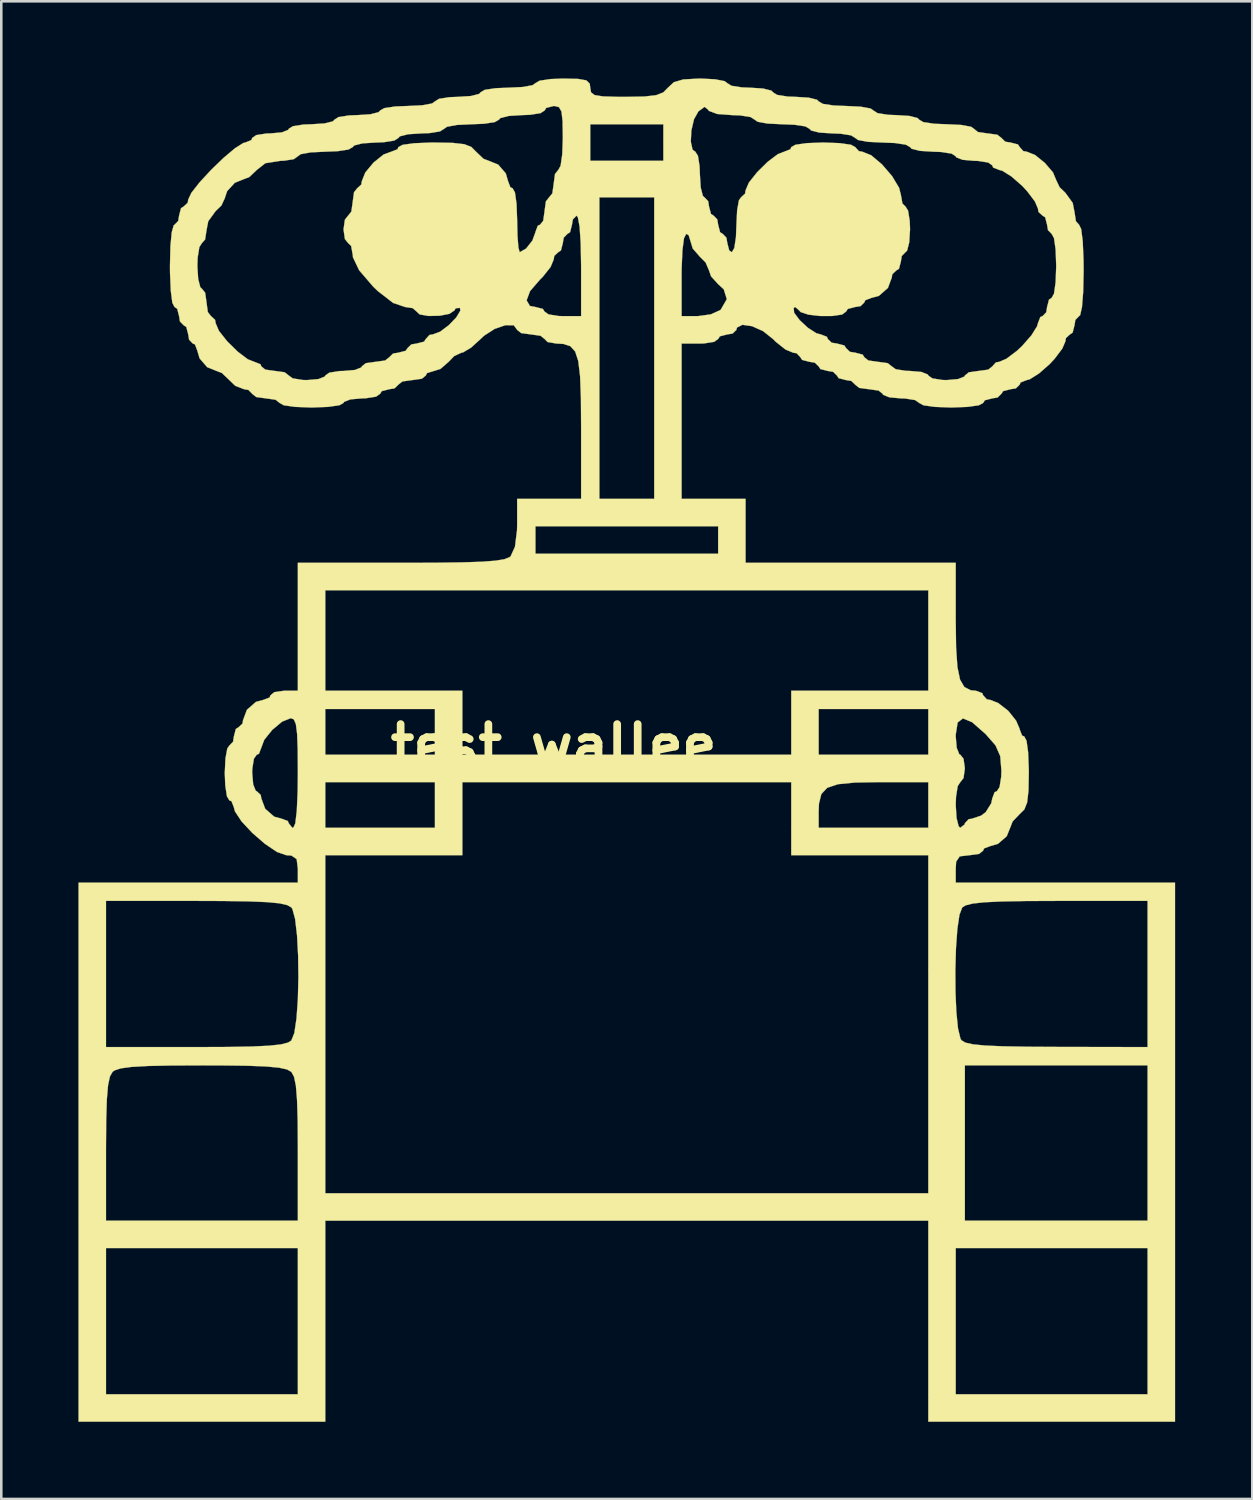
<source format=kicad_pcb>
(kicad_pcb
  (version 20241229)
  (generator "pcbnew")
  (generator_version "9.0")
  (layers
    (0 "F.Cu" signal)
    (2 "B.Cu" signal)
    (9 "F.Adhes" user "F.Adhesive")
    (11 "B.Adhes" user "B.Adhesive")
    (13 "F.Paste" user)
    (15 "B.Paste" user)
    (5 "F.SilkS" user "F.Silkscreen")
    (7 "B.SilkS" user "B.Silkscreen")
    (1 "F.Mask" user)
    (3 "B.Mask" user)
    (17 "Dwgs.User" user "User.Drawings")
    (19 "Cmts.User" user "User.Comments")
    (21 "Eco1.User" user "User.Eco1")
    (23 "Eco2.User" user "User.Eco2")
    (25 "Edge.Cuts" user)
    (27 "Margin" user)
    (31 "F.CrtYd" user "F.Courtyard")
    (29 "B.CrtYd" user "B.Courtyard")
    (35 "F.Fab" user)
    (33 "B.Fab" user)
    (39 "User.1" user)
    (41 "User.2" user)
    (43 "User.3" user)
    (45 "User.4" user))
  (footprint "test_wallee"
    (layer "F.Cu")
    (at 18.478 25.938)
    (property "Reference" "test_wallee" (at 0 0 0) (layer "F.SilkS") (effects (font (size 1.524 1.524) (thickness 0.3))))
    (attr through_hole)
    (fp_poly (pts (xy 6.275 -25.905) (xy 6.647 -25.833) (xy 6.75 -25.755) (xy 6.909 -25.654) (xy 7.318 -25.59) (xy 7.638 -25.578) (xy 8.144 -25.546) (xy 8.466 -25.464) (xy 8.526 -25.4) (xy 8.686 -25.299) (xy 9.094 -25.234) (xy 9.414 -25.222) (xy 9.921 -25.19) (xy 10.242 -25.109) (xy 10.302 -25.045) (xy 10.464 -24.95) (xy 10.887 -24.886) (xy 11.368 -24.867) (xy 11.936 -24.84) (xy 12.32 -24.77) (xy 12.434 -24.69) (xy 12.593 -24.588) (xy 13.002 -24.524) (xy 13.322 -24.512) (xy 13.828 -24.48) (xy 14.15 -24.398) (xy 14.21 -24.334) (xy 14.372 -24.24) (xy 14.794 -24.176) (xy 15.276 -24.157) (xy 15.843 -24.13) (xy 16.228 -24.059) (xy 16.341 -23.979) (xy 16.496 -23.854) (xy 16.867 -23.801) (xy 16.874 -23.801) (xy 17.248 -23.75) (xy 17.407 -23.626) (xy 17.407 -23.624) (xy 17.556 -23.479) (xy 17.762 -23.446) (xy 18.051 -23.372) (xy 18.117 -23.269) (xy 18.262 -23.112) (xy 18.392 -23.091) (xy 18.716 -22.962) (xy 19.097 -22.653) (xy 19.413 -22.284) (xy 19.538 -21.984) (xy 19.67 -21.707) (xy 19.894 -21.492) (xy 20.18 -21.098) (xy 20.249 -20.743) (xy 20.304 -20.386) (xy 20.427 -20.249) (xy 20.509 -20.08) (xy 20.569 -19.608) (xy 20.6 -18.883) (xy 20.604 -18.473) (xy 20.587 -17.648) (xy 20.54 -17.051) (xy 20.468 -16.734) (xy 20.427 -16.697) (xy 20.282 -16.548) (xy 20.249 -16.341) (xy 20.175 -16.053) (xy 20.071 -15.986) (xy 19.915 -15.842) (xy 19.894 -15.714) (xy 19.775 -15.435) (xy 19.475 -15.037) (xy 19.278 -14.826) (xy 18.864 -14.464) (xy 18.51 -14.242) (xy 18.39 -14.21) (xy 18.15 -14.116) (xy 18.117 -14.032) (xy 17.969 -13.888) (xy 17.762 -13.855) (xy 17.474 -13.78) (xy 17.407 -13.677) (xy 17.258 -13.533) (xy 17.052 -13.499) (xy 16.763 -13.425) (xy 16.697 -13.322) (xy 16.532 -13.231) (xy 16.092 -13.168) (xy 15.454 -13.144) (xy 15.453 -13.144) (xy 14.815 -13.168) (xy 14.375 -13.23) (xy 14.21 -13.322) (xy 14.21 -13.322) (xy 14.052 -13.433) (xy 13.659 -13.495) (xy 13.499 -13.499) (xy 13.054 -13.539) (xy 12.807 -13.637) (xy 12.789 -13.677) (xy 12.634 -13.802) (xy 12.263 -13.855) (xy 12.256 -13.855) (xy 11.882 -13.906) (xy 11.723 -14.03) (xy 11.723 -14.032) (xy 11.574 -14.176) (xy 11.368 -14.21) (xy 11.079 -14.284) (xy 11.013 -14.387) (xy 10.864 -14.532) (xy 10.657 -14.565) (xy 10.369 -14.639) (xy 10.302 -14.743) (xy 10.153 -14.887) (xy 9.947 -14.92) (xy 9.658 -14.995) (xy 9.592 -15.098) (xy 9.447 -15.253) (xy 9.308 -15.276) (xy 9.013 -15.398) (xy 8.632 -15.701) (xy 8.526 -15.808) (xy 8.14 -16.114) (xy 7.711 -16.306) (xy 7.339 -16.36) (xy 7.124 -16.251) (xy 7.105 -16.164) (xy 6.956 -16.019) (xy 6.75 -15.986) (xy 6.461 -15.912) (xy 6.394 -15.808) (xy 6.237 -15.697) (xy 5.843 -15.635) (xy 5.684 -15.631) (xy 4.973 -15.631) (xy 4.973 -9.592) (xy 7.46 -9.592) (xy 7.46 -7.105) (xy 15.631 -7.105) (xy 15.631 -4.872) (xy 15.645 -3.812) (xy 15.696 -3.059) (xy 15.799 -2.563) (xy 15.967 -2.276) (xy 16.214 -2.15) (xy 16.417 -2.131) (xy 16.662 -2.039) (xy 16.697 -1.954) (xy 16.841 -1.798) (xy 16.971 -1.776) (xy 17.276 -1.658) (xy 17.65 -1.371) (xy 17.682 -1.34) (xy 17.979 -0.968) (xy 18.116 -0.65) (xy 18.117 -0.63) (xy 18.211 -0.388) (xy 18.295 -0.355) (xy 18.384 -0.189) (xy 18.446 0.262) (xy 18.472 0.928) (xy 18.473 1.027) (xy 18.46 1.752) (xy 18.408 2.209) (xy 18.299 2.485) (xy 18.117 2.664) (xy 17.842 2.952) (xy 17.762 3.16) (xy 17.614 3.526) (xy 17.273 3.821) (xy 16.976 3.908) (xy 16.731 4) (xy 16.697 4.085) (xy 16.542 4.21) (xy 16.17 4.263) (xy 16.164 4.263) (xy 15.786 4.307) (xy 15.647 4.515) (xy 15.631 4.796) (xy 15.631 5.329) (xy 24.157 5.329) (xy 24.157 26.288) (xy 14.565 26.288) (xy 14.565 19.538) (xy 15.631 19.538) (xy 15.631 25.222) (xy 23.091 25.222) (xy 23.091 19.538) (xy 15.631 19.538) (xy 14.565 19.538) (xy 14.565 18.473) (xy -8.881 18.473) (xy -8.881 26.288) (xy -18.473 26.288) (xy -18.473 19.538) (xy -17.407 19.538) (xy -17.407 25.222) (xy -9.947 25.222) (xy -9.947 19.538) (xy -17.407 19.538) (xy -18.473 19.538) (xy -18.473 15.707) (xy -17.407 15.707) (xy -17.407 18.473) (xy -9.947 18.473) (xy -9.947 15.707) (xy -9.954 14.589) (xy -9.979 13.777) (xy -10.024 13.223) (xy -10.096 12.877) (xy -10.197 12.691) (xy -10.201 12.687) (xy -10.367 12.593) (xy -10.679 12.524) (xy -11.182 12.477) (xy -11.923 12.448) (xy -12.947 12.435) (xy -13.677 12.434) (xy -14.883 12.439) (xy -15.78 12.458) (xy -16.414 12.494) (xy -16.83 12.55) (xy -17.074 12.63) (xy -17.153 12.687) (xy -17.255 12.868) (xy -17.327 13.208) (xy -17.374 13.754) (xy -17.399 14.557) (xy -17.407 15.664) (xy -17.407 15.707) (xy -18.473 15.707) (xy -18.473 6.039) (xy -17.407 6.039) (xy -17.407 11.723) (xy -13.931 11.723) (xy -12.677 11.718) (xy -11.734 11.701) (xy -11.058 11.669) (xy -10.604 11.619) (xy -10.328 11.548) (xy -10.201 11.469) (xy -10.084 11.175) (xy -10 10.611) (xy -9.947 9.864) (xy -9.926 9.018) (xy -9.937 8.159) (xy -9.98 7.372) (xy -10.054 6.741) (xy -10.16 6.352) (xy -10.201 6.293) (xy -10.36 6.202) (xy -10.66 6.134) (xy -11.145 6.087) (xy -11.859 6.058) (xy -12.846 6.043) (xy -13.931 6.039) (xy -17.407 6.039) (xy -18.473 6.039) (xy -18.473 5.329) (xy -9.947 5.329) (xy -9.947 4.796) (xy -9.994 4.415) (xy -10.198 4.276) (xy -10.396 4.263) (xy -8.881 4.263) (xy -8.881 17.407) (xy 14.565 17.407) (xy 14.565 12.434) (xy 15.986 12.434) (xy 15.986 18.473) (xy 23.091 18.473) (xy 23.091 12.434) (xy 15.986 12.434) (xy 14.565 12.434) (xy 14.565 8.714) (xy 15.616 8.714) (xy 15.621 9.571) (xy 15.655 10.359) (xy 15.719 10.995) (xy 15.814 11.392) (xy 15.853 11.457) (xy 16 11.548) (xy 16.291 11.615) (xy 16.767 11.663) (xy 17.474 11.693) (xy 18.454 11.71) (xy 19.583 11.716) (xy 23.091 11.723) (xy 23.091 6.039) (xy 19.615 6.039) (xy 18.361 6.044) (xy 17.418 6.061) (xy 16.742 6.093) (xy 16.288 6.143) (xy 16.012 6.214) (xy 15.885 6.293) (xy 15.776 6.578) (xy 15.694 7.133) (xy 15.641 7.874) (xy 15.616 8.714) (xy 14.565 8.714) (xy 14.565 4.263) (xy 9.236 4.263) (xy 9.236 2.563) (xy 10.302 2.563) (xy 10.302 3.197) (xy 14.565 3.197) (xy 14.565 1.421) (xy 12.687 1.421) (xy 11.721 1.437) (xy 11.055 1.502) (xy 10.634 1.643) (xy 10.406 1.885) (xy 10.314 2.255) (xy 10.302 2.563) (xy 9.236 2.563) (xy 9.236 1.421) (xy -3.552 1.421) (xy -3.552 4.263) (xy -8.881 4.263) (xy -10.396 4.263) (xy -10.755 4.139) (xy -11.226 3.822) (xy -11.718 3.397) (xy -12.138 2.946) (xy -12.395 2.555) (xy -12.434 2.403) (xy -12.528 2.163) (xy -12.611 2.131) (xy -12.706 1.97) (xy -12.77 1.547) (xy -12.789 1.066) (xy -11.723 1.066) (xy -11.684 1.511) (xy -11.585 1.758) (xy -11.545 1.776) (xy -11.39 1.921) (xy -11.368 2.055) (xy -11.218 2.457) (xy -10.867 2.764) (xy -10.581 2.842) (xy -10.337 2.934) (xy -10.302 3.02) (xy -10.167 3.192) (xy -10.124 3.197) (xy -10.047 3.027) (xy -9.989 2.542) (xy -9.955 1.783) (xy -9.951 1.421) (xy -8.881 1.421) (xy -8.881 3.197) (xy -4.618 3.197) (xy -4.618 1.421) (xy -8.881 1.421) (xy -9.951 1.421) (xy -9.947 1.066) (xy -9.953 0.151) (xy -9.977 -0.465) (xy -10.025 -0.836) (xy -10.104 -1.018) (xy -10.221 -1.066) (xy -10.559 -0.931) (xy -10.945 -0.608) (xy -11.255 -0.222) (xy -11.368 0.081) (xy -11.461 0.322) (xy -11.545 0.355) (xy -11.657 0.513) (xy -11.719 0.906) (xy -11.723 1.066) (xy -12.789 1.066) (xy -12.762 0.498) (xy -12.691 0.113) (xy -12.611 0) (xy -12.467 -0.149) (xy -12.434 -0.355) (xy -12.359 -0.644) (xy -12.256 -0.71) (xy -12.1 -0.855) (xy -12.078 -0.99) (xy -11.928 -1.391) (xy -11.894 -1.421) (xy -8.881 -1.421) (xy -8.881 0.355) (xy -4.618 0.355) (xy -4.618 -1.421) (xy -8.881 -1.421) (xy -11.894 -1.421) (xy -11.577 -1.698) (xy -11.292 -1.776) (xy -11.047 -1.868) (xy -11.013 -1.954) (xy -10.858 -2.079) (xy -10.486 -2.131) (xy -10.48 -2.131) (xy -9.947 -2.131) (xy -9.947 -6.039) (xy -8.881 -6.039) (xy -8.881 -2.131) (xy -3.552 -2.131) (xy -3.552 0.355) (xy 9.236 0.355) (xy 9.236 -1.421) (xy 10.302 -1.421) (xy 10.302 0.355) (xy 14.565 0.355) (xy 14.565 -0.355) (xy 15.631 -0.355) (xy 15.67 0.09) (xy 15.769 0.337) (xy 15.808 0.355) (xy 15.933 0.51) (xy 15.986 0.881) (xy 15.986 0.888) (xy 15.935 1.262) (xy 15.811 1.421) (xy 15.808 1.421) (xy 15.707 1.581) (xy 15.643 1.989) (xy 15.631 2.309) (xy 15.663 2.816) (xy 15.744 3.137) (xy 15.808 3.197) (xy 15.981 3.062) (xy 15.986 3.02) (xy 16.131 2.864) (xy 16.265 2.842) (xy 16.619 2.724) (xy 16.798 2.588) (xy 17.012 2.244) (xy 17.052 2.055) (xy 17.144 1.811) (xy 17.229 1.776) (xy 17.335 1.617) (xy 17.399 1.215) (xy 17.407 0.971) (xy 17.362 0.412) (xy 17.178 -0.008) (xy 16.791 -0.45) (xy 16.27 -0.907) (xy 15.913 -1.056) (xy 15.706 -0.898) (xy 15.632 -0.431) (xy 15.631 -0.355) (xy 14.565 -0.355) (xy 14.565 -1.421) (xy 10.302 -1.421) (xy 9.236 -1.421) (xy 9.236 -2.131) (xy 14.565 -2.131) (xy 14.565 -6.039) (xy -8.881 -6.039) (xy -9.947 -6.039) (xy -9.947 -7.105) (xy -5.938 -7.105) (xy -4.588 -7.109) (xy -3.553 -7.123) (xy -2.79 -7.148) (xy -2.257 -7.189) (xy -1.914 -7.246) (xy -1.72 -7.323) (xy -1.675 -7.359) (xy -1.506 -7.729) (xy -1.426 -8.373) (xy -1.422 -8.526) (xy -0.71 -8.526) (xy -0.71 -7.46) (xy 6.394 -7.46) (xy 6.394 -8.526) (xy -0.71 -8.526) (xy -1.422 -8.526) (xy -1.421 -8.602) (xy -1.421 -9.592) (xy 1.066 -9.592) (xy 1.066 -12.357) (xy 1.058 -13.514) (xy 1.026 -14.362) (xy 0.956 -14.949) (xy 0.834 -15.322) (xy 0.646 -15.529) (xy 0.378 -15.616) (xy 0.101 -15.631) (xy -0.238 -15.69) (xy -0.355 -15.808) (xy -0.51 -15.933) (xy -0.881 -15.986) (xy -0.888 -15.986) (xy -1.262 -16.037) (xy -1.421 -16.161) (xy -1.421 -16.164) (xy -1.552 -16.34) (xy -1.877 -16.344) (xy -2.297 -16.2) (xy -2.71 -15.933) (xy -2.842 -15.808) (xy -3.213 -15.471) (xy -3.523 -15.287) (xy -3.584 -15.276) (xy -3.869 -15.144) (xy -4.085 -14.92) (xy -4.405 -14.643) (xy -4.657 -14.565) (xy -4.924 -14.482) (xy -4.973 -14.387) (xy -5.128 -14.263) (xy -5.5 -14.21) (xy -5.506 -14.21) (xy -5.88 -14.158) (xy -6.039 -14.034) (xy -6.039 -14.032) (xy -6.188 -13.888) (xy -6.394 -13.855) (xy -6.683 -13.78) (xy -6.75 -13.677) (xy -6.907 -13.566) (xy -7.301 -13.504) (xy -7.46 -13.499) (xy -7.905 -13.46) (xy -8.153 -13.361) (xy -8.171 -13.322) (xy -8.335 -13.231) (xy -8.775 -13.168) (xy -9.413 -13.144) (xy -9.414 -13.144) (xy -10.052 -13.168) (xy -10.493 -13.23) (xy -10.657 -13.322) (xy -10.657 -13.322) (xy -10.812 -13.446) (xy -11.184 -13.499) (xy -11.19 -13.499) (xy -11.564 -13.551) (xy -11.723 -13.675) (xy -11.723 -13.677) (xy -11.87 -13.827) (xy -12.039 -13.855) (xy -12.383 -13.989) (xy -12.611 -14.21) (xy -12.899 -14.485) (xy -13.107 -14.565) (xy -13.473 -14.713) (xy -13.768 -15.054) (xy -13.855 -15.352) (xy -13.947 -15.596) (xy -14.032 -15.631) (xy -14.176 -15.78) (xy -14.21 -15.986) (xy -14.284 -16.275) (xy -14.387 -16.341) (xy -14.532 -16.49) (xy -14.565 -16.697) (xy -14.639 -16.985) (xy -14.743 -17.052) (xy -14.828 -17.219) (xy -14.888 -17.684) (xy -14.918 -18.386) (xy -14.92 -18.65) (xy -13.855 -18.65) (xy -13.823 -18.144) (xy -13.741 -17.822) (xy -13.677 -17.762) (xy -13.552 -17.608) (xy -13.499 -17.236) (xy -13.499 -17.229) (xy -13.448 -16.855) (xy -13.324 -16.697) (xy -13.322 -16.697) (xy -13.165 -16.552) (xy -13.144 -16.424) (xy -13.015 -16.122) (xy -12.696 -15.719) (xy -12.287 -15.317) (xy -11.892 -15.018) (xy -11.64 -14.92) (xy -11.4 -14.826) (xy -11.368 -14.743) (xy -11.213 -14.618) (xy -10.842 -14.565) (xy -10.835 -14.565) (xy -10.461 -14.514) (xy -10.302 -14.39) (xy -10.302 -14.387) (xy -10.145 -14.276) (xy -9.751 -14.214) (xy -9.592 -14.21) (xy -9.147 -14.249) (xy -8.899 -14.348) (xy -8.881 -14.387) (xy -8.724 -14.499) (xy -8.33 -14.561) (xy -8.171 -14.565) (xy -7.726 -14.604) (xy -7.478 -14.703) (xy -7.46 -14.743) (xy -7.306 -14.867) (xy -6.934 -14.92) (xy -6.927 -14.92) (xy -6.553 -14.972) (xy -6.394 -15.096) (xy -6.394 -15.098) (xy -6.246 -15.242) (xy -6.039 -15.276) (xy -5.751 -15.35) (xy -5.684 -15.453) (xy -5.535 -15.597) (xy -5.329 -15.631) (xy -5.04 -15.705) (xy -4.973 -15.808) (xy -4.829 -15.965) (xy -4.699 -15.986) (xy -4.416 -16.091) (xy -4.079 -16.344) (xy -3.785 -16.65) (xy -3.629 -16.914) (xy -3.647 -17.018) (xy -3.811 -17.002) (xy -3.858 -16.919) (xy -4.055 -16.785) (xy -4.437 -16.712) (xy -4.868 -16.703) (xy -5.21 -16.762) (xy -5.329 -16.874) (xy -5.481 -17.007) (xy -5.777 -17.052) (xy -6.242 -17.209) (xy -6.372 -17.31) (xy -1.053 -17.31) (xy -0.925 -17.093) (xy -0.71 -17.052) (xy -0.422 -16.977) (xy -0.355 -16.874) (xy -0.198 -16.763) (xy 0.196 -16.701) (xy 0.355 -16.697) (xy 1.066 -16.697) (xy 1.066 -18.65) (xy 1.05 -19.532) (xy 1.007 -20.177) (xy 0.939 -20.54) (xy 0.888 -20.604) (xy 0.744 -20.455) (xy 0.71 -20.249) (xy 0.636 -19.96) (xy 0.533 -19.894) (xy 0.389 -19.745) (xy 0.355 -19.538) (xy 0.281 -19.25) (xy 0.178 -19.183) (xy 0.023 -19.038) (xy 0 -18.899) (xy -0.122 -18.605) (xy -0.426 -18.223) (xy -0.533 -18.117) (xy -0.92 -17.669) (xy -1.053 -17.31) (xy -6.372 -17.31) (xy -6.842 -17.674) (xy -7.021 -17.846) (xy -7.564 -18.479) (xy -7.804 -18.981) (xy -7.815 -19.09) (xy -7.876 -19.426) (xy -7.993 -19.538) (xy -8.118 -19.693) (xy -8.171 -20.065) (xy -8.171 -20.071) (xy -8.119 -20.445) (xy -7.995 -20.604) (xy -7.993 -20.604) (xy -7.868 -20.759) (xy -7.815 -21.13) (xy -7.815 -21.137) (xy -7.764 -21.511) (xy -7.64 -21.67) (xy -7.638 -21.67) (xy -7.481 -21.814) (xy -7.46 -21.944) (xy -7.325 -22.282) (xy -7.003 -22.668) (xy -6.616 -22.979) (xy -6.314 -23.091) (xy -6.072 -23.184) (xy -6.039 -23.269) (xy -5.873 -23.357) (xy -5.422 -23.419) (xy -4.756 -23.446) (xy -4.657 -23.446) (xy -3.932 -23.433) (xy -3.475 -23.381) (xy -3.199 -23.272) (xy -3.02 -23.091) (xy -2.732 -22.815) (xy -2.524 -22.736) (xy -2.158 -22.588) (xy -1.863 -22.247) (xy -1.776 -21.949) (xy -1.684 -21.705) (xy -1.599 -21.67) (xy -1.507 -21.506) (xy -1.445 -21.065) (xy -1.421 -20.428) (xy -1.421 -20.427) (xy -1.408 -19.814) (xy -1.373 -19.37) (xy -1.324 -19.184) (xy -1.319 -19.183) (xy -1.074 -19.323) (xy -0.829 -19.634) (xy -0.711 -19.956) (xy -0.71 -19.97) (xy -0.618 -20.214) (xy -0.533 -20.249) (xy -0.408 -20.403) (xy -0.355 -20.775) (xy -0.355 -20.782) (xy -0.304 -21.156) (xy -0.18 -21.315) (xy -0.178 -21.315) (xy 1.776 -21.315) (xy 1.776 -9.592) (xy 3.908 -9.592) (xy 3.908 -18.295) (xy 4.973 -18.295) (xy 4.973 -16.697) (xy 5.608 -16.697) (xy 6.107 -16.765) (xy 6.474 -16.93) (xy 6.496 -16.95) (xy 6.731 -17.355) (xy 6.613 -17.739) (xy 6.394 -17.94) (xy 6.118 -18.243) (xy 6.039 -18.473) (xy 5.906 -18.784) (xy 5.684 -19.006) (xy 5.406 -19.325) (xy 5.329 -19.578) (xy 5.246 -19.844) (xy 5.151 -19.894) (xy 5.066 -19.726) (xy 5.005 -19.262) (xy 4.975 -18.56) (xy 4.973 -18.295) (xy 3.908 -18.295) (xy 3.908 -21.315) (xy 1.776 -21.315) (xy -0.178 -21.315) (xy -0.053 -21.469) (xy -0.000013 -21.841) (xy 0 -21.848) (xy 0.051 -22.222) (xy 0.175 -22.38) (xy 0.178 -22.38) (xy 0.269 -22.545) (xy 0.332 -22.985) (xy 0.355 -23.623) (xy 0.355 -23.624) (xy 0.347 -24.157) (xy 1.421 -24.157) (xy 1.421 -22.736) (xy 4.263 -22.736) (xy 4.263 -23.476) (xy 5.331 -23.476) (xy 5.4 -23.166) (xy 5.506 -23.091) (xy 5.608 -22.931) (xy 5.672 -22.523) (xy 5.684 -22.203) (xy 5.716 -21.696) (xy 5.798 -21.375) (xy 5.862 -21.315) (xy 6.006 -21.166) (xy 6.039 -20.959) (xy 6.114 -20.671) (xy 6.217 -20.604) (xy 6.361 -20.455) (xy 6.394 -20.249) (xy 6.469 -19.96) (xy 6.572 -19.894) (xy 6.716 -19.745) (xy 6.75 -19.538) (xy 6.824 -19.25) (xy 6.927 -19.183) (xy 7.022 -19.345) (xy 7.086 -19.768) (xy 7.105 -20.249) (xy 7.132 -20.817) (xy 7.202 -21.201) (xy 7.283 -21.315) (xy 7.439 -21.459) (xy 7.46 -21.587) (xy 7.589 -21.889) (xy 7.909 -22.292) (xy 8.317 -22.694) (xy 8.712 -22.993) (xy 8.964 -23.091) (xy 9.204 -23.185) (xy 9.236 -23.269) (xy 9.401 -23.36) (xy 9.841 -23.423) (xy 10.479 -23.446) (xy 10.48 -23.446) (xy 11.118 -23.423) (xy 11.558 -23.36) (xy 11.723 -23.269) (xy 11.723 -23.269) (xy 11.867 -23.112) (xy 11.995 -23.091) (xy 12.345 -22.951) (xy 12.762 -22.599) (xy 13.155 -22.143) (xy 13.429 -21.686) (xy 13.499 -21.409) (xy 13.559 -21.073) (xy 13.677 -20.959) (xy 13.778 -20.8) (xy 13.843 -20.391) (xy 13.855 -20.071) (xy 13.823 -19.565) (xy 13.741 -19.243) (xy 13.677 -19.183) (xy 13.533 -19.034) (xy 13.499 -18.828) (xy 13.425 -18.539) (xy 13.322 -18.473) (xy 13.166 -18.328) (xy 13.144 -18.194) (xy 12.994 -17.792) (xy 12.643 -17.485) (xy 12.357 -17.407) (xy 12.113 -17.315) (xy 12.078 -17.229) (xy 11.93 -17.085) (xy 11.723 -17.052) (xy 11.434 -16.977) (xy 11.368 -16.874) (xy 11.214 -16.759) (xy 10.835 -16.703) (xy 10.356 -16.702) (xy 9.901 -16.755) (xy 9.597 -16.857) (xy 9.542 -16.919) (xy 9.395 -17.049) (xy 9.331 -17.018) (xy 9.348 -16.829) (xy 9.565 -16.539) (xy 9.886 -16.241) (xy 10.214 -16.031) (xy 10.383 -15.986) (xy 10.624 -15.893) (xy 10.657 -15.808) (xy 10.806 -15.664) (xy 11.013 -15.631) (xy 11.301 -15.556) (xy 11.368 -15.453) (xy 11.517 -15.309) (xy 11.723 -15.276) (xy 12.012 -15.201) (xy 12.078 -15.098) (xy 12.233 -14.973) (xy 12.605 -14.92) (xy 12.611 -14.92) (xy 12.985 -14.869) (xy 13.144 -14.745) (xy 13.144 -14.743) (xy 13.302 -14.631) (xy 13.695 -14.57) (xy 13.855 -14.565) (xy 14.299 -14.526) (xy 14.547 -14.427) (xy 14.565 -14.387) (xy 14.723 -14.276) (xy 15.116 -14.214) (xy 15.276 -14.21) (xy 15.72 -14.249) (xy 15.968 -14.348) (xy 15.986 -14.387) (xy 16.14 -14.512) (xy 16.512 -14.565) (xy 16.519 -14.565) (xy 16.893 -14.616) (xy 17.052 -14.74) (xy 17.052 -14.743) (xy 17.196 -14.899) (xy 17.324 -14.92) (xy 17.602 -15.039) (xy 18.001 -15.339) (xy 18.212 -15.536) (xy 18.574 -15.95) (xy 18.795 -16.304) (xy 18.828 -16.424) (xy 18.922 -16.664) (xy 19.006 -16.697) (xy 19.15 -16.845) (xy 19.183 -17.052) (xy 19.258 -17.34) (xy 19.361 -17.407) (xy 19.452 -17.571) (xy 19.515 -18.012) (xy 19.538 -18.649) (xy 19.538 -18.65) (xy 19.515 -19.288) (xy 19.452 -19.729) (xy 19.361 -19.894) (xy 19.361 -19.894) (xy 19.217 -20.042) (xy 19.183 -20.249) (xy 19.109 -20.538) (xy 19.006 -20.604) (xy 18.849 -20.748) (xy 18.828 -20.877) (xy 18.71 -21.155) (xy 18.409 -21.553) (xy 18.212 -21.765) (xy 17.798 -22.126) (xy 17.444 -22.348) (xy 17.324 -22.38) (xy 17.084 -22.475) (xy 17.052 -22.558) (xy 16.894 -22.669) (xy 16.501 -22.731) (xy 16.341 -22.736) (xy 15.896 -22.775) (xy 15.649 -22.873) (xy 15.631 -22.913) (xy 15.471 -23.015) (xy 15.063 -23.079) (xy 14.743 -23.091) (xy 14.236 -23.123) (xy 13.914 -23.205) (xy 13.855 -23.269) (xy 13.693 -23.363) (xy 13.27 -23.427) (xy 12.789 -23.446) (xy 12.221 -23.473) (xy 11.836 -23.544) (xy 11.723 -23.624) (xy 11.563 -23.725) (xy 11.155 -23.789) (xy 10.835 -23.801) (xy 10.328 -23.833) (xy 10.007 -23.915) (xy 9.947 -23.979) (xy 9.785 -24.074) (xy 9.362 -24.138) (xy 8.881 -24.157) (xy 8.313 -24.184) (xy 7.929 -24.254) (xy 7.815 -24.334) (xy 7.656 -24.436) (xy 7.248 -24.501) (xy 6.942 -24.512) (xy 6.359 -24.556) (xy 6.034 -24.677) (xy 5.995 -24.732) (xy 5.867 -24.834) (xy 5.625 -24.656) (xy 5.453 -24.347) (xy 5.352 -23.912) (xy 5.331 -23.476) (xy 4.263 -23.476) (xy 4.263 -24.157) (xy 1.421 -24.157) (xy 0.347 -24.157) (xy 0.346 -24.277) (xy 0.302 -24.652) (xy 0.204 -24.823) (xy 0.028 -24.867) (xy 0 -24.867) (xy -0.289 -24.793) (xy -0.355 -24.69) (xy -0.515 -24.588) (xy -0.923 -24.524) (xy -1.243 -24.512) (xy -1.75 -24.48) (xy -2.072 -24.398) (xy -2.131 -24.334) (xy -2.293 -24.24) (xy -2.716 -24.176) (xy -3.197 -24.157) (xy -3.765 -24.13) (xy -4.15 -24.059) (xy -4.263 -23.979) (xy -4.423 -23.878) (xy -4.831 -23.813) (xy -5.151 -23.801) (xy -5.658 -23.769) (xy -5.979 -23.688) (xy -6.039 -23.624) (xy -6.199 -23.522) (xy -6.607 -23.458) (xy -6.927 -23.446) (xy -7.434 -23.414) (xy -7.755 -23.333) (xy -7.815 -23.269) (xy -7.977 -23.174) (xy -8.4 -23.11) (xy -8.881 -23.091) (xy -9.449 -23.064) (xy -9.834 -22.994) (xy -9.947 -22.913) (xy -10.104 -22.799) (xy -10.493 -22.739) (xy -10.618 -22.736) (xy -11.212 -22.642) (xy -11.545 -22.38) (xy -11.833 -22.105) (xy -12.041 -22.025) (xy -12.399 -21.881) (xy -12.698 -21.555) (xy -12.789 -21.278) (xy -12.92 -20.997) (xy -13.144 -20.782) (xy -13.431 -20.387) (xy -13.499 -20.032) (xy -13.554 -19.675) (xy -13.677 -19.538) (xy -13.778 -19.379) (xy -13.843 -18.97) (xy -13.855 -18.65) (xy -14.92 -18.65) (xy -14.902 -19.416) (xy -14.85 -19.963) (xy -14.772 -20.231) (xy -14.743 -20.249) (xy -14.598 -20.398) (xy -14.565 -20.604) (xy -14.491 -20.893) (xy -14.387 -20.959) (xy -14.23 -21.104) (xy -14.21 -21.23) (xy -14.085 -21.494) (xy -13.763 -21.904) (xy -13.321 -22.381) (xy -12.84 -22.846) (xy -12.396 -23.221) (xy -12.069 -23.428) (xy -11.993 -23.446) (xy -11.755 -23.541) (xy -11.723 -23.624) (xy -11.565 -23.735) (xy -11.172 -23.797) (xy -11.013 -23.801) (xy -10.568 -23.841) (xy -10.32 -23.939) (xy -10.302 -23.979) (xy -10.142 -24.08) (xy -9.734 -24.145) (xy -9.414 -24.157) (xy -8.907 -24.189) (xy -8.586 -24.27) (xy -8.526 -24.334) (xy -8.366 -24.436) (xy -7.958 -24.5) (xy -7.638 -24.512) (xy -7.131 -24.544) (xy -6.81 -24.626) (xy -6.75 -24.69) (xy -6.588 -24.784) (xy -6.165 -24.848) (xy -5.684 -24.867) (xy -5.116 -24.894) (xy -4.731 -24.965) (xy -4.618 -25.045) (xy -4.458 -25.146) (xy -4.05 -25.21) (xy -3.73 -25.222) (xy -3.223 -25.254) (xy -2.902 -25.336) (xy -2.842 -25.4) (xy -2.68 -25.495) (xy -2.258 -25.559) (xy -1.776 -25.578) (xy -1.209 -25.605) (xy -0.824 -25.675) (xy -0.71 -25.755) (xy -0.549 -25.85) (xy -0.126 -25.914) (xy 0.355 -25.933) (xy 0.95 -25.92) (xy 1.272 -25.863) (xy 1.401 -25.735) (xy 1.421 -25.578) (xy 1.451 -25.399) (xy 1.591 -25.292) (xy 1.912 -25.24) (xy 2.487 -25.223) (xy 2.803 -25.222) (xy 3.528 -25.235) (xy 3.985 -25.287) (xy 4.261 -25.396) (xy 4.441 -25.578) (xy 4.671 -25.791) (xy 5.036 -25.899) (xy 5.638 -25.933) (xy 5.723 -25.933) (xy 6.275 -25.905)) (stroke (width 0.01) (type solid)) (fill yes) (layer "F.SilkS")))
  (gr_rect
    (start -3 -3)
    (end 45.639 55.231)
    (stroke (width 0.1) (type default))
    (fill no)
    (layer "Edge.Cuts")))
</source>
